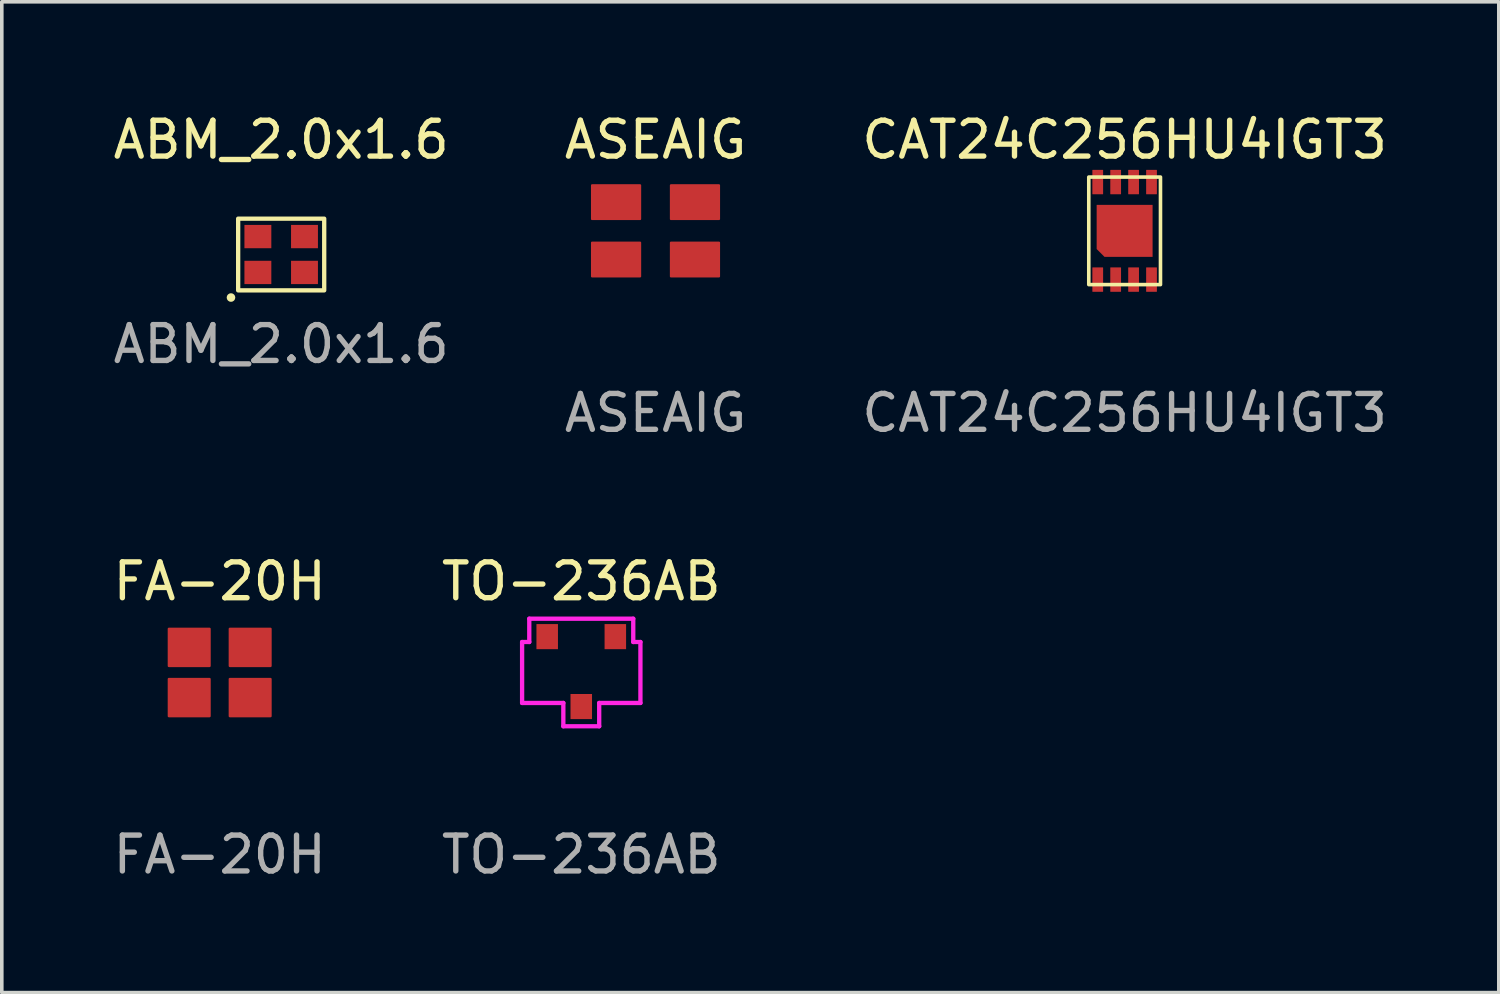
<source format=kicad_pcb>
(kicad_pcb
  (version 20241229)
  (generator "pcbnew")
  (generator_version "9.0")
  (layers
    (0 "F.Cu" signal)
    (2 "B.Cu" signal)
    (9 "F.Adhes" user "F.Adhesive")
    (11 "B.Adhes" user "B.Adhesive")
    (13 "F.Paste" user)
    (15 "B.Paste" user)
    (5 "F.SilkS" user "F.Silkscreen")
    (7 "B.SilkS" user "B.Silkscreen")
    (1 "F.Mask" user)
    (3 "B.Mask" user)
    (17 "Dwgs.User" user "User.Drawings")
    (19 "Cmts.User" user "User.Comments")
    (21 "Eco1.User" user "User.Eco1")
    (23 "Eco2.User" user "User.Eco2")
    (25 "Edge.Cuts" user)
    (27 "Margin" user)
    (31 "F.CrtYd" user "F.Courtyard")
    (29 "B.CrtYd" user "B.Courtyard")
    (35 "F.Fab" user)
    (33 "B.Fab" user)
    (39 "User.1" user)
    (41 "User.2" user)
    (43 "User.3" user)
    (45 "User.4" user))
  (footprint "CAT24C256HU4IGT3"
    (layer "F.Cu")
    (at 28.315 3.388)
    (property "Reference" "CAT24C256HU4IGT3" (at 0 -2.54 0) (unlocked yes) (layer "F.SilkS") (effects (font (size 1 1) (thickness 0.15))))
    (attr smd)
    (fp_rect (start -1 -1.5) (end 1 1.5) (stroke (width 0.1) (type solid)) (fill no) (layer "F.SilkS"))
    (fp_text user "${REFERENCE}" (at 0 5.08 0) (unlocked yes) (layer "F.Fab") (effects (font (size 1 1) (thickness 0.15))))
    (pad "1" smd roundrect (at -0.75 1.36) (size 0.3 0.68) (layers "F.Cu" "F.Mask" "F.Paste") (roundrect_rratio 0.03))
    (pad "2" smd roundrect (at -0.25 1.36) (size 0.3 0.68) (layers "F.Cu" "F.Mask" "F.Paste") (roundrect_rratio 0.03))
    (pad "3" smd roundrect (at 0.25 1.36) (size 0.3 0.68) (layers "F.Cu" "F.Mask" "F.Paste") (roundrect_rratio 0.03))
    (pad "4" smd roundrect (at 0.75 1.36) (size 0.3 0.68) (layers "F.Cu" "F.Mask" "F.Paste") (roundrect_rratio 0.03))
    (pad "5" smd roundrect (at 0.75 -1.36) (size 0.3 0.68) (layers "F.Cu" "F.Mask" "F.Paste") (roundrect_rratio 0.03))
    (pad "6" smd roundrect (at 0.25 -1.36) (size 0.3 0.68) (layers "F.Cu" "F.Mask" "F.Paste") (roundrect_rratio 0.03))
    (pad "7" smd roundrect (at -0.25 -1.36) (size 0.3 0.68) (layers "F.Cu" "F.Mask" "F.Paste") (roundrect_rratio 0.03))
    (pad "8" smd roundrect (at -0.75 -1.36) (size 0.3 0.68) (layers "F.Cu" "F.Mask" "F.Paste") (roundrect_rratio 0.03))
    (pad "9" smd roundrect (at 0 0) (size 1.56 1.45) (layers "F.Cu" "F.Mask" "F.Paste") (roundrect_rratio 0) (chamfer_ratio 0.15) (chamfer bottom_left)))
  (footprint "FA-20H"
    (layer "F.Cu")
    (at 3.077 15.705)
    (property "Reference" "FA-20H" (at 0 -2.54 0) (unlocked yes) (layer "F.SilkS") (effects (font (size 1 1) (thickness 0.15))))
    (attr smd)
    (fp_text user "${REFERENCE}" (at 0 5.08 0) (unlocked yes) (layer "F.Fab") (effects (font (size 1 1) (thickness 0.15))))
    (pad "1" smd roundrect (at -0.85 0.7) (size 1.2 1.1) (layers "F.Cu" "F.Mask" "F.Paste") (roundrect_rratio 0.03))
    (pad "2" smd roundrect (at 0.85 0.7) (size 1.2 1.1) (layers "F.Cu" "F.Mask" "F.Paste") (roundrect_rratio 0.03))
    (pad "3" smd roundrect (at 0.85 -0.7) (size 1.2 1.1) (layers "F.Cu" "F.Mask" "F.Paste") (roundrect_rratio 0.03))
    (pad "4" smd roundrect (at -0.85 -0.7) (size 1.2 1.1) (layers "F.Cu" "F.Mask" "F.Paste") (roundrect_rratio 0.03)))
  (footprint "ASEAIG"
    (layer "F.Cu")
    (at 15.232 3.388)
    (property "Reference" "ASEAIG" (at 0 -2.54 0) (unlocked yes) (layer "F.SilkS") (effects (font (size 1 1) (thickness 0.15))))
    (attr smd)
    (fp_text user "${REFERENCE}" (at 0 5.08 0) (unlocked yes) (layer "F.Fab") (effects (font (size 1 1) (thickness 0.15))))
    (pad "1" smd roundrect (at 1.1 0.8) (size 1.4 1) (layers "F.Cu" "F.Mask" "F.Paste") (roundrect_rratio 0.03))
    (pad "2" smd roundrect (at -1.1 0.8) (size 1.4 1) (layers "F.Cu" "F.Mask" "F.Paste") (roundrect_rratio 0.03))
    (pad "3" smd roundrect (at 1.1 -0.8) (size 1.4 1) (layers "F.Cu" "F.Mask" "F.Paste") (roundrect_rratio 0.03))
    (pad "4" smd roundrect (at -1.1 -0.8) (size 1.4 1) (layers "F.Cu" "F.Mask" "F.Paste") (roundrect_rratio 0.03)))
  (footprint "TO-236AB"
    (layer "F.Cu")
    (at 13.161 15.705)
    (property "Reference" "TO-236AB" (at 0 -2.54 0) (unlocked yes) (layer "F.SilkS") (effects (font (size 1 1) (thickness 0.15))))
    (attr smd)
    (fp_line (start -1.65 -0.85) (end -1.65 0.85) (stroke (width 0.12) (type solid)) (layer "F.CrtYd"))
    (fp_line (start -1.65 -0.85) (end -1.45 -0.85) (stroke (width 0.12) (type solid)) (layer "F.CrtYd"))
    (fp_line (start -1.45 -1.5) (end -1.45 -0.85) (stroke (width 0.12) (type solid)) (layer "F.CrtYd"))
    (fp_line (start -1.45 -1.5) (end 1.45 -1.5) (stroke (width 0.12) (type solid)) (layer "F.CrtYd"))
    (fp_line (start -0.5 0.85) (end -1.65 0.85) (stroke (width 0.12) (type solid)) (layer "F.CrtYd"))
    (fp_line (start -0.5 0.85) (end -0.5 1.5) (stroke (width 0.12) (type solid)) (layer "F.CrtYd"))
    (fp_line (start 0.5 1.5) (end -0.5 1.5) (stroke (width 0.12) (type solid)) (layer "F.CrtYd"))
    (fp_line (start 0.5 1.5) (end 0.5 0.85) (stroke (width 0.12) (type solid)) (layer "F.CrtYd"))
    (fp_line (start 1.45 -1.5) (end 1.45 -0.85) (stroke (width 0.12) (type solid)) (layer "F.CrtYd"))
    (fp_line (start 1.65 -0.85) (end 1.45 -0.85) (stroke (width 0.12) (type solid)) (layer "F.CrtYd"))
    (fp_line (start 1.65 -0.85) (end 1.65 0.85) (stroke (width 0.12) (type solid)) (layer "F.CrtYd"))
    (fp_line (start 1.65 0.85) (end 0.5 0.85) (stroke (width 0.12) (type solid)) (layer "F.CrtYd"))
    (fp_text user "${REFERENCE}" (at 0 5.08 0) (unlocked yes) (layer "F.Fab") (effects (font (size 1 1) (thickness 0.15))))
    (pad "1" smd rect (at 0.95 -1) (size 0.6 0.7) (layers "F.Cu" "F.Mask" "F.Paste"))
    (pad "2" smd rect (at -0.95 -1) (size 0.6 0.7) (layers "F.Cu" "F.Mask" "F.Paste"))
    (pad "3" smd rect (at 0 0.95) (size 0.6 0.7) (layers "F.Cu" "F.Mask" "F.Paste")))
  (footprint "ABM_2.0x1.6"
    (layer "F.Cu")
    (at 4.792 4.048)
    (property "Reference" "ABM_2.0x1.6" (at 0 -3.2 0) (unlocked yes) (layer "F.SilkS") (effects (font (size 1 1) (thickness 0.15))))
    (attr smd)
    (fp_rect (start -1.2 -1) (end 1.2 1) (stroke (width 0.12) (type solid)) (fill no) (layer "F.SilkS"))
    (fp_circle (center -1.4 1.2) (end -1.4 1.2) (stroke (width 0.12) (type solid)) (fill no) (layer "F.SilkS"))
    (fp_rect (start -1.3 -1.1) (end 1.3 1.1) (stroke (width 0.12) (type solid)) (fill no) (layer "Margin"))
    (fp_text user "${REFERENCE}" (at 0 2.5 0) (unlocked yes) (layer "F.Fab") (effects (font (size 1 1) (thickness 0.15))))
    (pad "1" smd rect (at -0.65 0.5) (size 0.75 0.65) (layers "F.Cu" "F.Mask" "F.Paste"))
    (pad "2" smd rect (at 0.65 0.5) (size 0.75 0.65) (layers "F.Cu" "F.Mask" "F.Paste"))
    (pad "3" smd rect (at 0.65 -0.5) (size 0.75 0.65) (layers "F.Cu" "F.Mask" "F.Paste"))
    (pad "4" smd rect (at -0.65 -0.5) (size 0.75 0.65) (layers "F.Cu" "F.Mask" "F.Paste")))
  (gr_rect
    (start -3 -3)
    (end 38.75 24.633)
    (stroke (width 0.1) (type default))
    (fill no)
    (layer "Edge.Cuts")))
</source>
